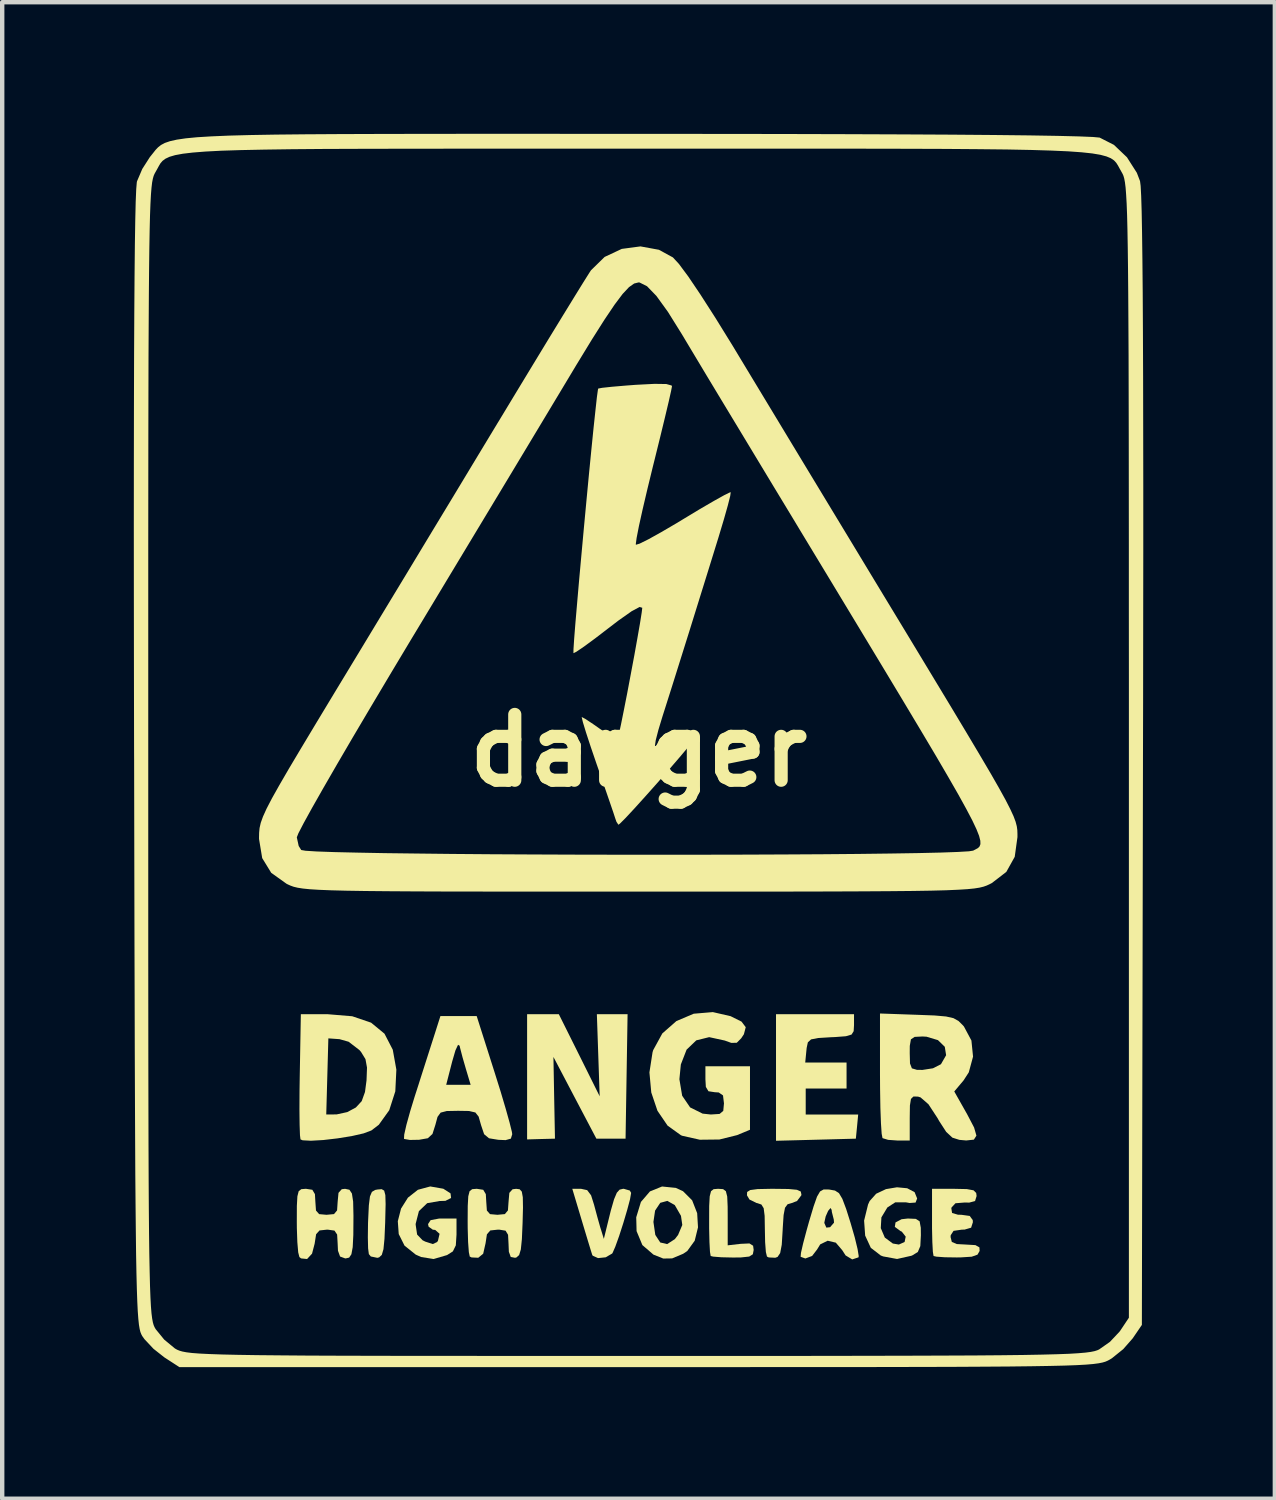
<source format=kicad_pcb>
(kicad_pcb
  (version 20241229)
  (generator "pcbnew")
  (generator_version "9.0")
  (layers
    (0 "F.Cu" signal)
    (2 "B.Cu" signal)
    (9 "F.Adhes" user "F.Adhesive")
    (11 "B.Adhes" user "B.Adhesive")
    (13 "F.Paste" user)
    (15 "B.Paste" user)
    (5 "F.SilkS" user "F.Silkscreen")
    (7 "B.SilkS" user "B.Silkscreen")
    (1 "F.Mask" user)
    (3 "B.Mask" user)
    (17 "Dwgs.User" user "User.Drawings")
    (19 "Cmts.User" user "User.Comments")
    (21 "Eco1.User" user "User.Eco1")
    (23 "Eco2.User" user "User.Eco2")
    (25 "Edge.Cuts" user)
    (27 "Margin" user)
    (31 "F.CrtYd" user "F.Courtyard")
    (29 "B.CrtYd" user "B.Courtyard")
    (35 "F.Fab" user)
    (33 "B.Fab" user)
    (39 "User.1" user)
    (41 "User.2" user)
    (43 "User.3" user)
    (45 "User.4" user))
  (footprint "danger"
    (layer "F.Cu")
    (at 11.504 14.055)
    (property "Reference" "danger" (at 0 0 0) (layer "F.SilkS") (effects (font (size 1.5 1.5) (thickness 0.3))))
    (attr board_only exclude_from_pos_files exclude_from_bom)
    (fp_poly (pts (xy -1.351 6.946) (xy -0.886 7.882) (xy -0.918 6.946) (xy -0.95 6.011) (xy -0.6 6.011) (xy -0.25 6.011) (xy -0.273 7.429) (xy -0.296 8.848) (xy -0.629 8.848) (xy -0.961 8.848) (xy -1.451 7.917) (xy -1.94 6.985) (xy -1.923 7.917) (xy -1.905 8.848) (xy -2.223 8.856) (xy -2.54 8.865) (xy -2.54 7.438) (xy -2.54 6.011) (xy -2.178 6.011) (xy -1.817 6.011)) (stroke (width 0) (type solid)) (fill yes) (layer "F.SilkS"))
    (fp_poly (pts (xy -5.798 10.032) (xy -5.771 10.134) (xy -5.765 10.338) (xy -5.773 10.674) (xy -5.775 10.76) (xy -5.791 11.132) (xy -5.814 11.367) (xy -5.852 11.497) (xy -5.912 11.553) (xy -5.953 11.564) (xy -6.102 11.533) (xy -6.147 11.479) (xy -6.164 11.348) (xy -6.17 11.097) (xy -6.166 10.775) (xy -6.163 10.703) (xy -6.147 10.367) (xy -6.122 10.165) (xy -6.077 10.06) (xy -6.001 10.016) (xy -5.945 10.006) (xy -5.854 9.999)) (stroke (width 0) (type solid)) (fill yes) (layer "F.SilkS"))
    (fp_poly (pts (xy 1.927 9.998) (xy 1.99 10.045) (xy 2.021 10.167) (xy 2.031 10.398) (xy 2.032 10.635) (xy 2.032 11.279) (xy 2.328 11.245) (xy 2.528 11.236) (xy 2.611 11.288) (xy 2.624 11.384) (xy 2.605 11.483) (xy 2.522 11.535) (xy 2.334 11.555) (xy 2.152 11.557) (xy 1.887 11.551) (xy 1.7 11.536) (xy 1.644 11.522) (xy 1.628 11.427) (xy 1.616 11.203) (xy 1.609 10.891) (xy 1.609 10.739) (xy 1.61 10.382) (xy 1.622 10.162) (xy 1.652 10.045) (xy 1.711 9.999) (xy 1.808 9.991) (xy 1.82 9.991)) (stroke (width 0) (type solid)) (fill yes) (layer "F.SilkS"))
    (fp_poly (pts (xy 4.911 6.261) (xy 4.903 6.398) (xy 4.855 6.475) (xy 4.727 6.513) (xy 4.48 6.532) (xy 4.381 6.536) (xy 4.093 6.554) (xy 3.932 6.585) (xy 3.859 6.652) (xy 3.832 6.778) (xy 3.826 6.837) (xy 3.799 7.112) (xy 4.27 7.112) (xy 4.741 7.112) (xy 4.741 7.408) (xy 4.741 7.705) (xy 4.276 7.705) (xy 3.81 7.705) (xy 3.81 8.001) (xy 3.81 8.297) (xy 4.408 8.297) (xy 5.006 8.297) (xy 4.98 8.572) (xy 4.953 8.848) (xy 4.043 8.872) (xy 3.133 8.896) (xy 3.133 7.454) (xy 3.133 6.011) (xy 4.022 6.011) (xy 4.911 6.011)) (stroke (width 0) (type solid)) (fill yes) (layer "F.SilkS"))
    (fp_poly (pts (xy 0.85 9.97) (xy 1.013 10.045) (xy 1.222 10.254) (xy 1.336 10.546) (xy 1.355 10.869) (xy 1.28 11.174) (xy 1.11 11.409) (xy 1.016 11.472) (xy 0.765 11.577) (xy 0.563 11.58) (xy 0.34 11.491) (xy 0.087 11.273) (xy -0.045 10.955) (xy -0.05 10.746) (xy 0.339 10.746) (xy 0.382 11.042) (xy 0.495 11.214) (xy 0.652 11.251) (xy 0.827 11.138) (xy 0.901 11.042) (xy 0.997 10.815) (xy 0.967 10.607) (xy 0.826 10.362) (xy 0.657 10.266) (xy 0.495 10.31) (xy 0.377 10.487) (xy 0.339 10.746) (xy -0.05 10.746) (xy -0.053 10.64) (xy 0.054 10.29) (xy 0.26 10.05) (xy 0.536 9.938)) (stroke (width 0) (type solid)) (fill yes) (layer "F.SilkS"))
    (fp_poly (pts (xy -1.171 10.021) (xy -1.082 10.139) (xy -1.015 10.351) (xy -0.94 10.63) (xy -0.871 10.875) (xy -0.856 10.921) (xy -0.791 11.132) (xy -0.729 10.879) (xy -0.632 10.486) (xy -0.558 10.229) (xy -0.495 10.08) (xy -0.432 10.01) (xy -0.354 9.991) (xy -0.335 9.991) (xy -0.2 10.03) (xy -0.169 10.083) (xy -0.194 10.228) (xy -0.259 10.473) (xy -0.347 10.77) (xy -0.442 11.065) (xy -0.53 11.31) (xy -0.593 11.454) (xy -0.603 11.467) (xy -0.749 11.552) (xy -0.923 11.57) (xy -1.044 11.516) (xy -1.057 11.493) (xy -1.096 11.368) (xy -1.17 11.125) (xy -1.265 10.809) (xy -1.301 10.689) (xy -1.51 9.991) (xy -1.309 9.991)) (stroke (width 0) (type solid)) (fill yes) (layer "F.SilkS"))
    (fp_poly (pts (xy 3.419 9.995) (xy 3.61 10.013) (xy 3.697 10.052) (xy 3.712 10.121) (xy 3.71 10.139) (xy 3.613 10.268) (xy 3.495 10.314) (xy 3.397 10.343) (xy 3.338 10.423) (xy 3.306 10.59) (xy 3.287 10.882) (xy 3.284 10.941) (xy 3.264 11.266) (xy 3.228 11.455) (xy 3.169 11.543) (xy 3.117 11.562) (xy 2.968 11.555) (xy 2.927 11.535) (xy 2.902 11.431) (xy 2.885 11.208) (xy 2.879 10.914) (xy 2.874 10.608) (xy 2.852 10.433) (xy 2.8 10.349) (xy 2.706 10.317) (xy 2.689 10.314) (xy 2.528 10.235) (xy 2.471 10.139) (xy 2.475 10.063) (xy 2.545 10.019) (xy 2.713 9.997) (xy 3.012 9.991) (xy 3.09 9.991)) (stroke (width 0) (type solid)) (fill yes) (layer "F.SilkS"))
    (fp_poly (pts (xy -4.45 9.989) (xy -4.285 10.095) (xy -4.273 10.2) (xy -4.402 10.265) (xy -4.535 10.269) (xy -4.817 10.318) (xy -5.006 10.499) (xy -5.08 10.788) (xy -5.08 10.81) (xy -5.047 11.033) (xy -4.923 11.163) (xy -4.862 11.194) (xy -4.689 11.25) (xy -4.592 11.204) (xy -4.572 11.175) (xy -4.535 11.016) (xy -4.635 10.928) (xy -4.69 10.922) (xy -4.785 10.854) (xy -4.798 10.795) (xy -4.739 10.705) (xy -4.548 10.669) (xy -4.473 10.668) (xy -4.149 10.668) (xy -4.149 11.035) (xy -4.165 11.28) (xy -4.232 11.417) (xy -4.364 11.501) (xy -4.671 11.591) (xy -4.956 11.545) (xy -5.078 11.491) (xy -5.334 11.286) (xy -5.466 11.022) (xy -5.487 10.729) (xy -5.413 10.441) (xy -5.256 10.192) (xy -5.029 10.013) (xy -4.748 9.937)) (stroke (width 0) (type solid)) (fill yes) (layer "F.SilkS"))
    (fp_poly (pts (xy 6.123 9.978) (xy 6.292 10.067) (xy 6.35 10.211) (xy 6.314 10.304) (xy 6.179 10.314) (xy 6.094 10.299) (xy 5.851 10.299) (xy 5.671 10.416) (xy 5.535 10.642) (xy 5.521 10.887) (xy 5.613 11.102) (xy 5.796 11.238) (xy 5.933 11.261) (xy 6.064 11.203) (xy 6.089 11.081) (xy 6.001 10.968) (xy 5.969 10.953) (xy 5.841 10.858) (xy 5.857 10.757) (xy 5.995 10.684) (xy 6.138 10.668) (xy 6.32 10.676) (xy 6.406 10.731) (xy 6.433 10.878) (xy 6.435 11.051) (xy 6.422 11.297) (xy 6.365 11.431) (xy 6.238 11.509) (xy 6.217 11.517) (xy 5.892 11.59) (xy 5.577 11.532) (xy 5.521 11.511) (xy 5.294 11.336) (xy 5.165 11.057) (xy 5.141 10.715) (xy 5.231 10.349) (xy 5.268 10.268) (xy 5.416 10.103) (xy 5.639 9.998) (xy 5.89 9.956)) (stroke (width 0) (type solid)) (fill yes) (layer "F.SilkS"))
    (fp_poly (pts (xy -7.087 6.011) (xy -6.525 6.058) (xy -6.096 6.204) (xy -5.791 6.455) (xy -5.602 6.82) (xy -5.52 7.275) (xy -5.544 7.769) (xy -5.682 8.199) (xy -5.92 8.531) (xy -6.09 8.661) (xy -6.265 8.727) (xy -6.537 8.789) (xy -6.86 8.841) (xy -7.185 8.879) (xy -7.467 8.895) (xy -7.656 8.885) (xy -7.705 8.865) (xy -7.717 8.769) (xy -7.725 8.533) (xy -7.728 8.297) (xy -7.118 8.297) (xy -6.882 8.295) (xy -6.638 8.242) (xy -6.443 8.137) (xy -6.31 7.993) (xy -6.235 7.784) (xy -6.2 7.519) (xy -6.189 7.228) (xy -6.224 7.036) (xy -6.323 6.874) (xy -6.362 6.828) (xy -6.608 6.639) (xy -6.816 6.58) (xy -7.07 6.562) (xy -7.094 7.429) (xy -7.118 8.297) (xy -7.728 8.297) (xy -7.729 8.186) (xy -7.727 7.757) (xy -7.722 7.416) (xy -7.697 6.011)) (stroke (width 0) (type solid)) (fill yes) (layer "F.SilkS"))
    (fp_poly (pts (xy 7.481 9.997) (xy 7.635 10.025) (xy 7.696 10.086) (xy 7.705 10.155) (xy 7.67 10.269) (xy 7.538 10.305) (xy 7.432 10.303) (xy 7.223 10.32) (xy 7.134 10.416) (xy 7.129 10.435) (xy 7.146 10.542) (xy 7.28 10.581) (xy 7.36 10.583) (xy 7.548 10.609) (xy 7.617 10.703) (xy 7.62 10.753) (xy 7.58 10.877) (xy 7.432 10.92) (xy 7.366 10.922) (xy 7.18 10.949) (xy 7.115 11.048) (xy 7.112 11.091) (xy 7.14 11.201) (xy 7.253 11.25) (xy 7.457 11.261) (xy 7.678 11.274) (xy 7.769 11.325) (xy 7.774 11.407) (xy 7.725 11.492) (xy 7.594 11.538) (xy 7.344 11.554) (xy 7.252 11.555) (xy 6.981 11.551) (xy 6.788 11.537) (xy 6.724 11.522) (xy 6.708 11.427) (xy 6.696 11.203) (xy 6.689 10.891) (xy 6.689 10.739) (xy 6.689 9.991) (xy 7.197 9.991)) (stroke (width 0) (type solid)) (fill yes) (layer "F.SilkS"))
    (fp_poly (pts (xy 4.356 10.009) (xy 4.478 10.031) (xy 4.568 10.09) (xy 4.645 10.219) (xy 4.732 10.45) (xy 4.833 10.77) (xy 4.928 11.099) (xy 4.992 11.363) (xy 5.018 11.524) (xy 5.013 11.553) (xy 4.87 11.6) (xy 4.719 11.509) (xy 4.641 11.388) (xy 4.496 11.218) (xy 4.31 11.174) (xy 4.14 11.258) (xy 4.069 11.374) (xy 3.956 11.521) (xy 3.802 11.579) (xy 3.694 11.54) (xy 3.702 11.45) (xy 3.751 11.236) (xy 3.831 10.935) (xy 3.877 10.771) (xy 4.235 10.771) (xy 4.28 10.875) (xy 4.365 10.866) (xy 4.455 10.763) (xy 4.45 10.692) (xy 4.406 10.519) (xy 4.401 10.471) (xy 4.376 10.428) (xy 4.321 10.494) (xy 4.265 10.621) (xy 4.235 10.757) (xy 4.235 10.771) (xy 3.877 10.771) (xy 3.884 10.746) (xy 3.99 10.391) (xy 4.068 10.169) (xy 4.137 10.051) (xy 4.217 10.006) (xy 4.326 10.006)) (stroke (width 0) (type solid)) (fill yes) (layer "F.SilkS"))
    (fp_poly (pts (xy -2.71 10.001) (xy -2.661 10.055) (xy -2.638 10.183) (xy -2.634 10.419) (xy -2.643 10.766) (xy -2.659 11.138) (xy -2.683 11.373) (xy -2.722 11.501) (xy -2.783 11.555) (xy -2.815 11.563) (xy -2.913 11.544) (xy -2.956 11.425) (xy -2.963 11.253) (xy -2.974 11.039) (xy -3.031 10.945) (xy -3.171 10.922) (xy -3.212 10.922) (xy -3.379 10.94) (xy -3.456 11.028) (xy -3.487 11.232) (xy -3.541 11.47) (xy -3.653 11.562) (xy -3.656 11.562) (xy -3.805 11.555) (xy -3.847 11.535) (xy -3.868 11.434) (xy -3.885 11.205) (xy -3.894 10.89) (xy -3.895 10.739) (xy -3.893 10.382) (xy -3.881 10.162) (xy -3.851 10.045) (xy -3.792 9.999) (xy -3.695 9.991) (xy -3.683 9.991) (xy -3.54 10.013) (xy -3.481 10.112) (xy -3.471 10.287) (xy -3.457 10.486) (xy -3.385 10.568) (xy -3.217 10.583) (xy -3.047 10.567) (xy -2.977 10.483) (xy -2.963 10.287) (xy -2.945 10.083) (xy -2.871 10.001) (xy -2.791 9.991)) (stroke (width 0) (type solid)) (fill yes) (layer "F.SilkS"))
    (fp_poly (pts (xy 2.098 6.056) (xy 2.347 6.18) (xy 2.443 6.307) (xy 2.401 6.468) (xy 2.34 6.56) (xy 2.239 6.662) (xy 2.114 6.665) (xy 1.964 6.611) (xy 1.61 6.534) (xy 1.316 6.607) (xy 1.095 6.819) (xy 0.964 7.157) (xy 0.931 7.493) (xy 0.994 7.869) (xy 1.175 8.135) (xy 1.46 8.277) (xy 1.647 8.297) (xy 1.848 8.284) (xy 1.931 8.214) (xy 1.947 8.044) (xy 1.947 8.043) (xy 1.925 7.862) (xy 1.828 7.795) (xy 1.736 7.789) (xy 1.593 7.767) (xy 1.534 7.668) (xy 1.524 7.493) (xy 1.524 7.197) (xy 2.032 7.197) (xy 2.54 7.197) (xy 2.54 7.921) (xy 2.54 8.645) (xy 2.246 8.767) (xy 1.843 8.867) (xy 1.397 8.872) (xy 0.996 8.782) (xy 0.965 8.769) (xy 0.661 8.55) (xy 0.431 8.212) (xy 0.29 7.795) (xy 0.248 7.338) (xy 0.319 6.879) (xy 0.334 6.829) (xy 0.542 6.449) (xy 0.862 6.168) (xy 1.257 6) (xy 1.693 5.963)) (stroke (width 0) (type solid)) (fill yes) (layer "F.SilkS"))
    (fp_poly (pts (xy -6.59 10.012) (xy -6.533 10.098) (xy -6.505 10.283) (xy -6.498 10.6) (xy -6.498 10.626) (xy -6.501 11.044) (xy -6.515 11.321) (xy -6.545 11.483) (xy -6.596 11.559) (xy -6.674 11.577) (xy -6.689 11.576) (xy -6.803 11.534) (xy -6.851 11.402) (xy -6.858 11.243) (xy -6.87 11.033) (xy -6.931 10.943) (xy -7.079 10.922) (xy -7.107 10.922) (xy -7.272 10.94) (xy -7.349 11.026) (xy -7.381 11.23) (xy -7.382 11.239) (xy -7.442 11.469) (xy -7.555 11.591) (xy -7.692 11.577) (xy -7.73 11.546) (xy -7.757 11.44) (xy -7.777 11.206) (xy -7.788 10.888) (xy -7.789 10.739) (xy -7.788 10.382) (xy -7.776 10.162) (xy -7.746 10.045) (xy -7.687 9.999) (xy -7.59 9.991) (xy -7.578 9.991) (xy -7.435 10.013) (xy -7.376 10.112) (xy -7.366 10.287) (xy -7.352 10.486) (xy -7.28 10.568) (xy -7.112 10.583) (xy -6.941 10.567) (xy -6.871 10.483) (xy -6.858 10.287) (xy -6.839 10.083) (xy -6.765 10) (xy -6.689 9.991)) (stroke (width 0) (type solid)) (fill yes) (layer "F.SilkS"))
    (fp_poly (pts (xy -3.285 7.324) (xy -3.145 7.77) (xy -3.027 8.168) (xy -2.938 8.486) (xy -2.887 8.692) (xy -2.879 8.747) (xy -2.91 8.847) (xy -3.031 8.881) (xy -3.196 8.874) (xy -3.409 8.839) (xy -3.52 8.746) (xy -3.589 8.541) (xy -3.592 8.53) (xy -3.645 8.345) (xy -3.719 8.251) (xy -3.865 8.217) (xy -4.113 8.213) (xy -4.372 8.218) (xy -4.511 8.254) (xy -4.582 8.352) (xy -4.63 8.53) (xy -4.697 8.741) (xy -4.803 8.838) (xy -5.001 8.873) (xy -5.212 8.877) (xy -5.339 8.855) (xy -5.346 8.85) (xy -5.341 8.755) (xy -5.291 8.533) (xy -5.204 8.22) (xy -5.104 7.893) (xy -5.016 7.62) (xy -4.384 7.62) (xy -4.105 7.62) (xy -3.827 7.62) (xy -3.935 7.259) (xy -4.011 6.996) (xy -4.068 6.777) (xy -4.078 6.73) (xy -4.114 6.708) (xy -4.174 6.837) (xy -4.248 7.091) (xy -4.384 7.62) (xy -5.016 7.62) (xy -4.968 7.468) (xy -4.834 7.049) (xy -4.72 6.693) (xy -4.664 6.519) (xy -4.516 6.054) (xy -4.102 6.054) (xy -3.689 6.054)) (stroke (width 0) (type solid)) (fill yes) (layer "F.SilkS"))
    (fp_poly (pts (xy 6.357 6.025) (xy 6.748 6.04) (xy 7.009 6.063) (xy 7.177 6.101) (xy 7.292 6.165) (xy 7.393 6.265) (xy 7.416 6.291) (xy 7.587 6.611) (xy 7.624 6.978) (xy 7.527 7.336) (xy 7.408 7.52) (xy 7.196 7.772) (xy 7.49 8.292) (xy 7.648 8.594) (xy 7.701 8.779) (xy 7.643 8.87) (xy 7.468 8.889) (xy 7.312 8.875) (xy 7.154 8.825) (xy 7.012 8.693) (xy 6.851 8.445) (xy 6.816 8.382) (xy 6.608 8.064) (xy 6.427 7.907) (xy 6.369 7.889) (xy 6.265 7.887) (xy 6.209 7.942) (xy 6.185 8.092) (xy 6.181 8.374) (xy 6.181 8.376) (xy 6.181 8.89) (xy 5.898 8.89) (xy 5.689 8.875) (xy 5.564 8.837) (xy 5.56 8.834) (xy 5.541 8.734) (xy 5.525 8.495) (xy 5.512 8.145) (xy 5.505 7.714) (xy 5.503 7.386) (xy 5.503 6.9) (xy 6.181 6.9) (xy 6.187 7.134) (xy 6.23 7.245) (xy 6.344 7.279) (xy 6.471 7.281) (xy 6.71 7.244) (xy 6.889 7.153) (xy 6.894 7.148) (xy 7.01 6.946) (xy 6.98 6.754) (xy 6.824 6.602) (xy 6.563 6.524) (xy 6.471 6.519) (xy 6.293 6.528) (xy 6.208 6.584) (xy 6.182 6.734) (xy 6.181 6.9) (xy 5.503 6.9) (xy 5.503 5.995)) (stroke (width 0) (type solid)) (fill yes) (layer "F.SilkS"))
    (fp_poly (pts (xy 0.633 -8.352) (xy 0.753 -8.319) (xy 0.762 -8.301) (xy 0.742 -8.195) (xy 0.687 -7.95) (xy 0.602 -7.592) (xy 0.494 -7.147) (xy 0.369 -6.641) (xy 0.327 -6.473) (xy 0.201 -5.955) (xy 0.093 -5.495) (xy 0.009 -5.116) (xy -0.044 -4.844) (xy -0.063 -4.703) (xy -0.06 -4.689) (xy 0.024 -4.714) (xy 0.226 -4.814) (xy 0.517 -4.976) (xy 0.872 -5.184) (xy 1.029 -5.279) (xy 1.4 -5.503) (xy 1.718 -5.688) (xy 1.955 -5.82) (xy 2.084 -5.883) (xy 2.101 -5.886) (xy 2.089 -5.799) (xy 2.034 -5.582) (xy 1.945 -5.267) (xy 1.831 -4.887) (xy 1.821 -4.854) (xy 1.604 -4.153) (xy 1.379 -3.43) (xy 1.158 -2.719) (xy 0.949 -2.053) (xy 0.764 -1.464) (xy 0.612 -0.985) (xy 0.543 -0.768) (xy 0.452 -0.467) (xy 0.392 -0.235) (xy 0.374 -0.112) (xy 0.377 -0.103) (xy 0.47 -0.108) (xy 0.672 -0.157) (xy 0.847 -0.212) (xy 1.093 -0.286) (xy 1.266 -0.323) (xy 1.316 -0.321) (xy 1.273 -0.253) (xy 1.138 -0.085) (xy 0.936 0.155) (xy 0.689 0.442) (xy 0.419 0.75) (xy 0.15 1.052) (xy -0.095 1.323) (xy -0.294 1.537) (xy -0.423 1.666) (xy -0.459 1.693) (xy -0.504 1.625) (xy -0.532 1.545) (xy -0.575 1.413) (xy -0.663 1.156) (xy -0.783 0.808) (xy -0.923 0.404) (xy -0.953 0.318) (xy -1.088 -0.077) (xy -1.196 -0.406) (xy -1.268 -0.642) (xy -1.295 -0.756) (xy -1.293 -0.762) (xy -1.209 -0.717) (xy -1.033 -0.6) (xy -0.882 -0.494) (xy -0.671 -0.352) (xy -0.523 -0.27) (xy -0.479 -0.261) (xy -0.452 -0.354) (xy -0.403 -0.58) (xy -0.337 -0.907) (xy -0.259 -1.303) (xy -0.178 -1.733) (xy -0.097 -2.165) (xy -0.025 -2.567) (xy 0.034 -2.905) (xy 0.072 -3.145) (xy 0.085 -3.252) (xy 0.025 -3.271) (xy -0.155 -3.175) (xy -0.456 -2.963) (xy -0.685 -2.788) (xy -0.99 -2.554) (xy -1.243 -2.368) (xy -1.417 -2.25) (xy -1.484 -2.217) (xy -1.483 -2.305) (xy -1.468 -2.538) (xy -1.44 -2.893) (xy -1.401 -3.348) (xy -1.355 -3.877) (xy -1.302 -4.46) (xy -1.246 -5.071) (xy -1.188 -5.689) (xy -1.131 -6.289) (xy -1.076 -6.849) (xy -1.026 -7.346) (xy -0.982 -7.756) (xy -0.949 -8.056) (xy -0.926 -8.222) (xy -0.919 -8.249) (xy -0.827 -8.266) (xy -0.604 -8.29) (xy -0.288 -8.317) (xy -0.064 -8.334) (xy 0.364 -8.356)) (stroke (width 0) (type solid)) (fill yes) (layer "F.SilkS"))
    (fp_poly (pts (xy 0.464 -11.412) (xy 0.783 -11.238) (xy 0.919 -11.091) (xy 1.131 -10.806) (xy 1.409 -10.394) (xy 1.748 -9.866) (xy 2.139 -9.234) (xy 2.277 -9.005) (xy 2.588 -8.49) (xy 2.97 -7.858) (xy 3.406 -7.136) (xy 3.88 -6.352) (xy 4.375 -5.534) (xy 4.874 -4.71) (xy 5.36 -3.906) (xy 5.572 -3.556) (xy 6.164 -2.579) (xy 6.674 -1.735) (xy 7.109 -1.015) (xy 7.474 -0.407) (xy 7.776 0.1) (xy 8.021 0.516) (xy 8.214 0.853) (xy 8.362 1.121) (xy 8.47 1.332) (xy 8.546 1.496) (xy 8.594 1.624) (xy 8.621 1.727) (xy 8.633 1.815) (xy 8.636 1.901) (xy 8.636 1.975) (xy 8.574 2.424) (xy 8.382 2.768) (xy 8.052 3.022) (xy 7.997 3.05) (xy 7.934 3.079) (xy 7.863 3.104) (xy 7.773 3.126) (xy 7.654 3.145) (xy 7.495 3.161) (xy 7.285 3.174) (xy 7.014 3.186) (xy 6.67 3.195) (xy 6.244 3.202) (xy 5.723 3.207) (xy 5.098 3.211) (xy 4.358 3.214) (xy 3.491 3.216) (xy 2.488 3.217) (xy 1.338 3.217) (xy 0.028 3.217) (xy -0.006 3.217) (xy -1.317 3.217) (xy -2.471 3.217) (xy -3.476 3.216) (xy -4.344 3.215) (xy -5.087 3.212) (xy -5.713 3.208) (xy -6.235 3.203) (xy -6.663 3.196) (xy -7.008 3.187) (xy -7.281 3.176) (xy -7.492 3.163) (xy -7.651 3.147) (xy -7.771 3.128) (xy -7.862 3.106) (xy -7.934 3.08) (xy -7.998 3.051) (xy -8.025 3.037) (xy -8.372 2.789) (xy -8.578 2.453) (xy -8.65 2.017) (xy -8.65 1.991) (xy -8.65 1.98) (xy -7.789 1.98) (xy -7.746 2.177) (xy -7.688 2.269) (xy -7.588 2.286) (xy -7.333 2.302) (xy -6.939 2.316) (xy -6.42 2.328) (xy -5.79 2.34) (xy -5.064 2.349) (xy -4.258 2.358) (xy -3.385 2.365) (xy -2.461 2.37) (xy -1.501 2.374) (xy -0.518 2.376) (xy 0.472 2.377) (xy 1.455 2.376) (xy 2.415 2.374) (xy 3.339 2.37) (xy 4.21 2.365) (xy 5.016 2.358) (xy 5.74 2.349) (xy 6.368 2.339) (xy 6.886 2.327) (xy 7.278 2.313) (xy 7.531 2.298) (xy 7.626 2.283) (xy 7.684 2.253) (xy 7.735 2.225) (xy 7.772 2.188) (xy 7.792 2.135) (xy 7.79 2.058) (xy 7.762 1.947) (xy 7.702 1.795) (xy 7.606 1.592) (xy 7.469 1.331) (xy 7.288 1.003) (xy 7.056 0.599) (xy 6.771 0.111) (xy 6.426 -0.469) (xy 6.018 -1.15) (xy 5.542 -1.941) (xy 4.993 -2.85) (xy 4.367 -3.886) (xy 3.659 -5.056) (xy 3.517 -5.292) (xy 3.078 -6.017) (xy 2.653 -6.721) (xy 2.251 -7.387) (xy 1.883 -7.996) (xy 1.561 -8.53) (xy 1.296 -8.972) (xy 1.098 -9.302) (xy 0.99 -9.483) (xy 0.67 -9.996) (xy 0.407 -10.36) (xy 0.193 -10.581) (xy 0.024 -10.666) (xy 0 -10.668) (xy -0.1 -10.643) (xy -0.218 -10.56) (xy -0.363 -10.405) (xy -0.545 -10.163) (xy -0.776 -9.82) (xy -1.065 -9.364) (xy -1.422 -8.779) (xy -1.584 -8.509) (xy -1.822 -8.113) (xy -2.135 -7.592) (xy -2.511 -6.967) (xy -2.938 -6.257) (xy -3.405 -5.482) (xy -3.898 -4.664) (xy -4.406 -3.821) (xy -4.916 -2.974) (xy -5.195 -2.512) (xy -5.663 -1.731) (xy -6.105 -0.989) (xy -6.512 -0.301) (xy -6.876 0.322) (xy -7.19 0.866) (xy -7.446 1.317) (xy -7.636 1.662) (xy -7.753 1.888) (xy -7.789 1.98) (xy -8.65 1.98) (xy -8.648 1.877) (xy -8.638 1.768) (xy -8.611 1.649) (xy -8.56 1.507) (xy -8.478 1.326) (xy -8.356 1.091) (xy -8.187 0.79) (xy -7.964 0.406) (xy -7.678 -0.074) (xy -7.323 -0.665) (xy -6.89 -1.382) (xy -6.727 -1.651) (xy -6.312 -2.336) (xy -5.832 -3.13) (xy -5.307 -3.997) (xy -4.76 -4.903) (xy -4.211 -5.81) (xy -3.683 -6.685) (xy -3.197 -7.489) (xy -3.194 -7.493) (xy -2.784 -8.171) (xy -2.396 -8.811) (xy -2.04 -9.397) (xy -1.725 -9.912) (xy -1.461 -10.342) (xy -1.259 -10.669) (xy -1.127 -10.879) (xy -1.084 -10.945) (xy -0.773 -11.249) (xy -0.383 -11.432) (xy 0.044 -11.489)) (stroke (width 0) (type solid)) (fill yes) (layer "F.SilkS"))
    (fp_poly (pts (xy -2.377 -14.055) (xy -0.902 -14.054) (xy -0.053 -14.054) (xy 1.688 -14.053) (xy 3.279 -14.051) (xy 4.717 -14.047) (xy 6.001 -14.042) (xy 7.128 -14.036) (xy 8.098 -14.028) (xy 8.907 -14.019) (xy 9.555 -14.008) (xy 10.039 -13.996) (xy 10.357 -13.983) (xy 10.509 -13.969) (xy 10.513 -13.967) (xy 10.835 -13.803) (xy 11.132 -13.52) (xy 11.357 -13.167) (xy 11.43 -12.977) (xy 11.444 -12.868) (xy 11.456 -12.64) (xy 11.467 -12.288) (xy 11.476 -11.807) (xy 11.484 -11.196) (xy 11.491 -10.448) (xy 11.496 -9.561) (xy 11.5 -8.531) (xy 11.502 -7.353) (xy 11.504 -6.024) (xy 11.504 -4.54) (xy 11.502 -2.898) (xy 11.5 -1.092) (xy 11.497 0.218) (xy 11.472 13.093) (xy 11.262 13.4) (xy 11.048 13.644) (xy 10.79 13.852) (xy 10.743 13.881) (xy 10.695 13.907) (xy 10.642 13.93) (xy 10.575 13.95) (xy 10.484 13.968) (xy 10.362 13.984) (xy 10.198 13.998) (xy 9.983 14.01) (xy 9.709 14.02) (xy 9.366 14.028) (xy 8.946 14.035) (xy 8.439 14.041) (xy 7.836 14.045) (xy 7.128 14.049) (xy 6.307 14.051) (xy 5.362 14.053) (xy 4.286 14.054) (xy 3.068 14.054) (xy 1.701 14.055) (xy 0.174 14.055) (xy -0.016 14.055) (xy -10.465 14.055) (xy -10.809 13.832) (xy -11.056 13.637) (xy -11.263 13.416) (xy -11.313 13.345) (xy -11.334 13.305) (xy -11.354 13.254) (xy -11.371 13.185) (xy -11.387 13.089) (xy -11.401 12.958) (xy -11.414 12.783) (xy -11.425 12.558) (xy -11.435 12.273) (xy -11.444 11.921) (xy -11.452 11.493) (xy -11.458 10.982) (xy -11.464 10.38) (xy -11.47 9.677) (xy -11.474 8.867) (xy -11.478 7.941) (xy -11.482 6.891) (xy -11.485 5.709) (xy -11.489 4.387) (xy -11.492 2.917) (xy -11.495 1.29) (xy -11.497 0.212) (xy -11.498 0) (xy -11.175 0) (xy -11.175 1.728) (xy -11.175 3.295) (xy -11.175 4.709) (xy -11.174 5.977) (xy -11.173 7.109) (xy -11.171 8.112) (xy -11.169 8.993) (xy -11.166 9.763) (xy -11.162 10.427) (xy -11.157 10.995) (xy -11.151 11.475) (xy -11.143 11.874) (xy -11.135 12.201) (xy -11.125 12.464) (xy -11.114 12.67) (xy -11.101 12.829) (xy -11.086 12.947) (xy -11.07 13.034) (xy -11.052 13.097) (xy -11.032 13.144) (xy -11.009 13.184) (xy -11.007 13.188) (xy -10.812 13.427) (xy -10.572 13.626) (xy -10.563 13.632) (xy -10.519 13.657) (xy -10.467 13.679) (xy -10.399 13.699) (xy -10.305 13.717) (xy -10.176 13.733) (xy -10.003 13.746) (xy -9.777 13.757) (xy -9.488 13.767) (xy -9.129 13.775) (xy -8.688 13.782) (xy -8.158 13.787) (xy -7.53 13.792) (xy -6.793 13.795) (xy -5.939 13.797) (xy -4.959 13.799) (xy -3.844 13.799) (xy -2.584 13.8) (xy -1.171 13.8) (xy -0.042 13.8) (xy 1.493 13.8) (xy 2.868 13.8) (xy 4.093 13.799) (xy 5.175 13.797) (xy 6.124 13.795) (xy 6.949 13.792) (xy 7.66 13.789) (xy 8.265 13.784) (xy 8.773 13.778) (xy 9.195 13.77) (xy 9.537 13.761) (xy 9.811 13.751) (xy 10.024 13.738) (xy 10.187 13.724) (xy 10.307 13.708) (xy 10.395 13.69) (xy 10.458 13.67) (xy 10.497 13.652) (xy 10.745 13.478) (xy 10.963 13.246) (xy 10.984 13.217) (xy 11.176 12.929) (xy 11.176 0.009) (xy 11.176 -1.72) (xy 11.175 -3.288) (xy 11.175 -4.703) (xy 11.174 -5.972) (xy 11.173 -7.105) (xy 11.171 -8.108) (xy 11.169 -8.991) (xy 11.165 -9.761) (xy 11.161 -10.426) (xy 11.156 -10.995) (xy 11.15 -11.475) (xy 11.143 -11.874) (xy 11.135 -12.202) (xy 11.125 -12.465) (xy 11.113 -12.671) (xy 11.101 -12.83) (xy 11.086 -12.949) (xy 11.07 -13.035) (xy 11.052 -13.098) (xy 11.031 -13.145) (xy 11.01 -13.183) (xy 10.966 -13.261) (xy 10.928 -13.331) (xy 10.888 -13.394) (xy 10.837 -13.449) (xy 10.765 -13.498) (xy 10.664 -13.54) (xy 10.525 -13.577) (xy 10.34 -13.608) (xy 10.098 -13.634) (xy 9.791 -13.656) (xy 9.411 -13.673) (xy 8.949 -13.687) (xy 8.395 -13.698) (xy 7.741 -13.705) (xy 6.977 -13.711) (xy 6.096 -13.714) (xy 5.087 -13.716) (xy 3.943 -13.716) (xy 2.654 -13.716) (xy 1.211 -13.716) (xy 0 -13.716) (xy -1.566 -13.716) (xy -2.972 -13.716) (xy -4.226 -13.716) (xy -5.337 -13.715) (xy -6.315 -13.713) (xy -7.168 -13.71) (xy -7.905 -13.704) (xy -8.534 -13.695) (xy -9.066 -13.684) (xy -9.508 -13.67) (xy -9.87 -13.651) (xy -10.16 -13.628) (xy -10.388 -13.601) (xy -10.562 -13.569) (xy -10.691 -13.531) (xy -10.784 -13.487) (xy -10.851 -13.437) (xy -10.899 -13.38) (xy -10.937 -13.315) (xy -10.976 -13.243) (xy -11.01 -13.183) (xy -11.032 -13.143) (xy -11.052 -13.096) (xy -11.07 -13.033) (xy -11.087 -12.945) (xy -11.101 -12.825) (xy -11.114 -12.665) (xy -11.125 -12.456) (xy -11.135 -12.191) (xy -11.143 -11.861) (xy -11.15 -11.459) (xy -11.156 -10.976) (xy -11.161 -10.404) (xy -11.165 -9.735) (xy -11.169 -8.961) (xy -11.171 -8.074) (xy -11.173 -7.066) (xy -11.174 -5.928) (xy -11.175 -4.654) (xy -11.175 -3.234) (xy -11.175 -1.66) (xy -11.175 0) (xy -11.498 0) (xy -11.501 -1.728) (xy -11.503 -3.502) (xy -11.504 -5.113) (xy -11.503 -6.564) (xy -11.501 -7.858) (xy -11.498 -8.999) (xy -11.493 -9.989) (xy -11.487 -10.832) (xy -11.48 -11.531) (xy -11.471 -12.089) (xy -11.461 -12.509) (xy -11.449 -12.795) (xy -11.436 -12.949) (xy -11.432 -12.971) (xy -11.311 -13.255) (xy -11.138 -13.525) (xy -11.121 -13.546) (xy -11.061 -13.621) (xy -11.008 -13.688) (xy -10.952 -13.747) (xy -10.885 -13.8) (xy -10.797 -13.847) (xy -10.68 -13.887) (xy -10.524 -13.922) (xy -10.321 -13.952) (xy -10.062 -13.977) (xy -9.736 -13.997) (xy -9.337 -14.014) (xy -8.854 -14.027) (xy -8.278 -14.037) (xy -7.601 -14.044) (xy -6.813 -14.049) (xy -5.906 -14.052) (xy -4.87 -14.054) (xy -3.697 -14.055)) (stroke (width 0) (type solid)) (fill yes) (layer "F.SilkS")))
  (gr_rect
    (start -3 -3)
    (end 26.007 31.109)
    (stroke (width 0.1) (type default))
    (fill no)
    (layer "Edge.Cuts")))
</source>
